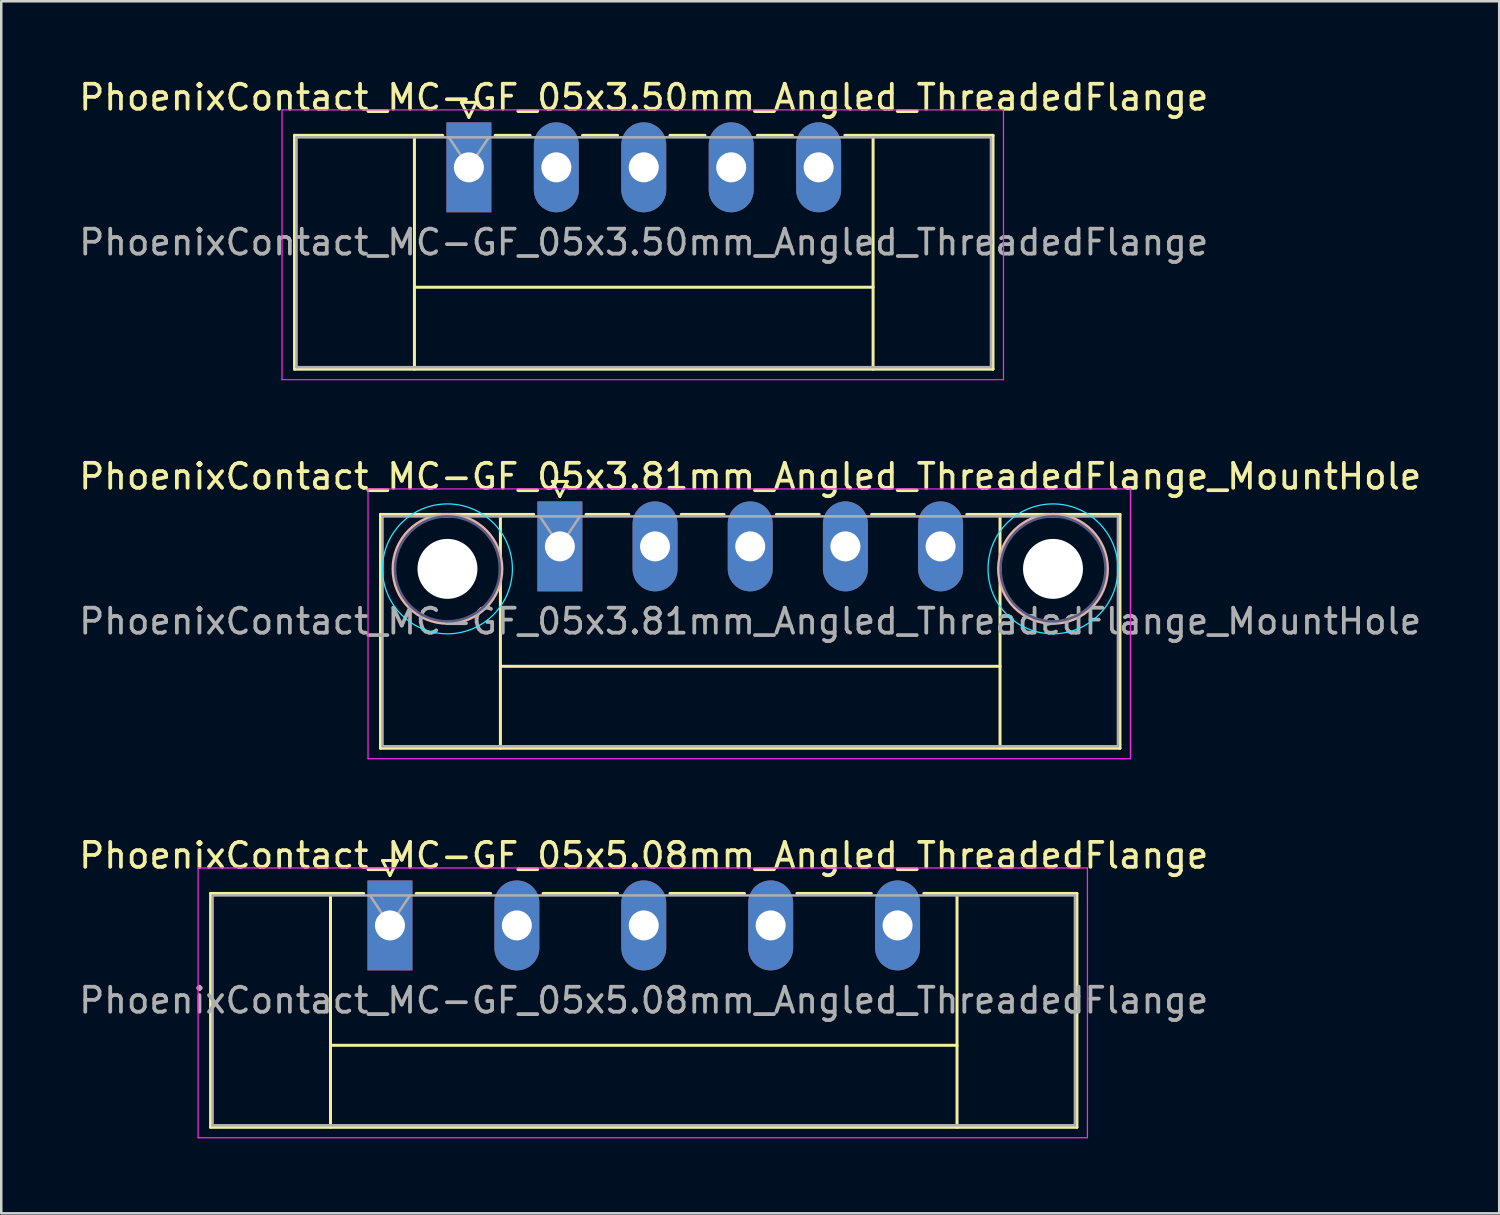
<source format=kicad_pcb>
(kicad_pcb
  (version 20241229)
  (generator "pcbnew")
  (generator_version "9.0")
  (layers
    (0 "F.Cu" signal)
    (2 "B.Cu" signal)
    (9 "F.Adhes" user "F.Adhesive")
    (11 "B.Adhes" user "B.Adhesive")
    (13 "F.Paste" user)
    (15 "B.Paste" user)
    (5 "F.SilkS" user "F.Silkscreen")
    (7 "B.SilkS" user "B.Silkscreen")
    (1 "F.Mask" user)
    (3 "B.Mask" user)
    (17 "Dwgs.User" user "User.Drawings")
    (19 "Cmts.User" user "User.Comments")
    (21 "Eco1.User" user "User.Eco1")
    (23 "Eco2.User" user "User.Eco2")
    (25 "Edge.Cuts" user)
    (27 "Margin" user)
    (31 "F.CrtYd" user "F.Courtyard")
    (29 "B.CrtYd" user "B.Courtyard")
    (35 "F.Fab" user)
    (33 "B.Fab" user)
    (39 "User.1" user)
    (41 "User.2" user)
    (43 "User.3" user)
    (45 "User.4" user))
  (footprint "PhoenixContact_MC-GF_05x3.50mm_Angled_ThreadedFlange"
    (layer "F.Cu")
    (at 15.72 3.648)
    (property "Reference" "PhoenixContact_MC-GF_05x3.50mm_Angled_ThreadedFlange" (at 7 -2.8 0) (layer "F.SilkS") (effects (font (size 1 1) (thickness 0.15))))
    (attr through_hole)
    (fp_line (start -6.98 -1.28) (end -6.98 8.08) (stroke (width 0.12) (type solid)) (layer "F.SilkS"))
    (fp_line (start -6.98 -1.28) (end -1.05 -1.28) (stroke (width 0.12) (type solid)) (layer "F.SilkS"))
    (fp_line (start -6.98 8.08) (end 20.98 8.08) (stroke (width 0.12) (type solid)) (layer "F.SilkS"))
    (fp_line (start -2.18 -1.28) (end -2.18 8.08) (stroke (width 0.12) (type solid)) (layer "F.SilkS"))
    (fp_line (start -2.18 4.8) (end 16.18 4.8) (stroke (width 0.12) (type solid)) (layer "F.SilkS"))
    (fp_line (start -0.3 -2.6) (end 0.3 -2.6) (stroke (width 0.12) (type solid)) (layer "F.SilkS"))
    (fp_line (start 0 -2) (end -0.3 -2.6) (stroke (width 0.12) (type solid)) (layer "F.SilkS"))
    (fp_line (start 0.3 -2.6) (end 0 -2) (stroke (width 0.12) (type solid)) (layer "F.SilkS"))
    (fp_line (start 1.05 -1.28) (end 2.45 -1.28) (stroke (width 0.12) (type solid)) (layer "F.SilkS"))
    (fp_line (start 4.55 -1.28) (end 5.95 -1.28) (stroke (width 0.12) (type solid)) (layer "F.SilkS"))
    (fp_line (start 8.05 -1.28) (end 9.45 -1.28) (stroke (width 0.12) (type solid)) (layer "F.SilkS"))
    (fp_line (start 11.55 -1.28) (end 12.95 -1.28) (stroke (width 0.12) (type solid)) (layer "F.SilkS"))
    (fp_line (start 16.18 -1.28) (end 16.18 8.08) (stroke (width 0.12) (type solid)) (layer "F.SilkS"))
    (fp_line (start 20.98 -1.28) (end 15.05 -1.28) (stroke (width 0.12) (type solid)) (layer "F.SilkS"))
    (fp_line (start 20.98 8.08) (end 20.98 -1.28) (stroke (width 0.12) (type solid)) (layer "F.SilkS"))
    (fp_line (start -7.48 -2.3) (end -7.48 8.5) (stroke (width 0.05) (type solid)) (layer "F.CrtYd"))
    (fp_line (start -7.48 8.5) (end 21.4 8.5) (stroke (width 0.05) (type solid)) (layer "F.CrtYd"))
    (fp_line (start 21.4 -2.3) (end -7.48 -2.3) (stroke (width 0.05) (type solid)) (layer "F.CrtYd"))
    (fp_line (start 21.4 8.5) (end 21.4 -2.3) (stroke (width 0.05) (type solid)) (layer "F.CrtYd"))
    (fp_line (start -6.9 -1.2) (end -6.9 8) (stroke (width 0.1) (type solid)) (layer "F.Fab"))
    (fp_line (start -6.9 8) (end 20.9 8) (stroke (width 0.1) (type solid)) (layer "F.Fab"))
    (fp_line (start 0 0) (end -0.8 -1.2) (stroke (width 0.1) (type solid)) (layer "F.Fab"))
    (fp_line (start 0.8 -1.2) (end 0 0) (stroke (width 0.1) (type solid)) (layer "F.Fab"))
    (fp_line (start 20.9 -1.2) (end -6.9 -1.2) (stroke (width 0.1) (type solid)) (layer "F.Fab"))
    (fp_line (start 20.9 8) (end 20.9 -1.2) (stroke (width 0.1) (type solid)) (layer "F.Fab"))
    (fp_text user "${REFERENCE}" (at 7 3 0) (layer "F.Fab") (effects (font (size 1 1) (thickness 0.15))))
    (pad "1" thru_hole rect (at 0 0) (size 1.8 3.6) (drill 1.2) (layers "*.Cu" "*.Mask"))
    (pad "2" thru_hole oval (at 3.5 0) (size 1.8 3.6) (drill 1.2) (layers "*.Cu" "*.Mask"))
    (pad "3" thru_hole oval (at 7 0) (size 1.8 3.6) (drill 1.2) (layers "*.Cu" "*.Mask"))
    (pad "4" thru_hole oval (at 10.5 0) (size 1.8 3.6) (drill 1.2) (layers "*.Cu" "*.Mask"))
    (pad "5" thru_hole oval (at 14 0) (size 1.8 3.6) (drill 1.2) (layers "*.Cu" "*.Mask")))
  (footprint "PhoenixContact_MC-GF_05x5.08mm_Angled_ThreadedFlange"
    (layer "F.Cu")
    (at 12.56 33.995)
    (property "Reference" "PhoenixContact_MC-GF_05x5.08mm_Angled_ThreadedFlange" (at 10.16 -2.8 0) (layer "F.SilkS") (effects (font (size 1 1) (thickness 0.15))))
    (attr through_hole)
    (fp_line (start -7.18 -1.28) (end -7.18 8.08) (stroke (width 0.12) (type solid)) (layer "F.SilkS"))
    (fp_line (start -7.18 -1.28) (end -1.05 -1.28) (stroke (width 0.12) (type solid)) (layer "F.SilkS"))
    (fp_line (start -7.18 8.08) (end 27.5 8.08) (stroke (width 0.12) (type solid)) (layer "F.SilkS"))
    (fp_line (start -2.38 -1.28) (end -2.38 8.08) (stroke (width 0.12) (type solid)) (layer "F.SilkS"))
    (fp_line (start -2.38 4.8) (end 22.7 4.8) (stroke (width 0.12) (type solid)) (layer "F.SilkS"))
    (fp_line (start -0.3 -2.6) (end 0.3 -2.6) (stroke (width 0.12) (type solid)) (layer "F.SilkS"))
    (fp_line (start 0 -2) (end -0.3 -2.6) (stroke (width 0.12) (type solid)) (layer "F.SilkS"))
    (fp_line (start 0.3 -2.6) (end 0 -2) (stroke (width 0.12) (type solid)) (layer "F.SilkS"))
    (fp_line (start 1.05 -1.28) (end 4.03 -1.28) (stroke (width 0.12) (type solid)) (layer "F.SilkS"))
    (fp_line (start 6.13 -1.28) (end 9.11 -1.28) (stroke (width 0.12) (type solid)) (layer "F.SilkS"))
    (fp_line (start 11.21 -1.28) (end 14.19 -1.28) (stroke (width 0.12) (type solid)) (layer "F.SilkS"))
    (fp_line (start 16.29 -1.28) (end 19.27 -1.28) (stroke (width 0.12) (type solid)) (layer "F.SilkS"))
    (fp_line (start 22.7 -1.28) (end 22.7 8.08) (stroke (width 0.12) (type solid)) (layer "F.SilkS"))
    (fp_line (start 27.5 -1.28) (end 21.37 -1.28) (stroke (width 0.12) (type solid)) (layer "F.SilkS"))
    (fp_line (start 27.5 8.08) (end 27.5 -1.28) (stroke (width 0.12) (type solid)) (layer "F.SilkS"))
    (fp_line (start -7.68 -2.3) (end -7.68 8.5) (stroke (width 0.05) (type solid)) (layer "F.CrtYd"))
    (fp_line (start -7.68 8.5) (end 27.92 8.5) (stroke (width 0.05) (type solid)) (layer "F.CrtYd"))
    (fp_line (start 27.92 -2.3) (end -7.68 -2.3) (stroke (width 0.05) (type solid)) (layer "F.CrtYd"))
    (fp_line (start 27.92 8.5) (end 27.92 -2.3) (stroke (width 0.05) (type solid)) (layer "F.CrtYd"))
    (fp_line (start -7.1 -1.2) (end -7.1 8) (stroke (width 0.1) (type solid)) (layer "F.Fab"))
    (fp_line (start -7.1 8) (end 27.42 8) (stroke (width 0.1) (type solid)) (layer "F.Fab"))
    (fp_line (start 0 0) (end -0.8 -1.2) (stroke (width 0.1) (type solid)) (layer "F.Fab"))
    (fp_line (start 0.8 -1.2) (end 0 0) (stroke (width 0.1) (type solid)) (layer "F.Fab"))
    (fp_line (start 27.42 -1.2) (end -7.1 -1.2) (stroke (width 0.1) (type solid)) (layer "F.Fab"))
    (fp_line (start 27.42 8) (end 27.42 -1.2) (stroke (width 0.1) (type solid)) (layer "F.Fab"))
    (fp_text user "${REFERENCE}" (at 10.16 3 0) (layer "F.Fab") (effects (font (size 1 1) (thickness 0.15))))
    (pad "1" thru_hole rect (at 0 0) (size 1.8 3.6) (drill 1.2) (layers "*.Cu" "*.Mask"))
    (pad "2" thru_hole oval (at 5.08 0) (size 1.8 3.6) (drill 1.2) (layers "*.Cu" "*.Mask"))
    (pad "3" thru_hole oval (at 10.16 0) (size 1.8 3.6) (drill 1.2) (layers "*.Cu" "*.Mask"))
    (pad "4" thru_hole oval (at 15.24 0) (size 1.8 3.6) (drill 1.2) (layers "*.Cu" "*.Mask"))
    (pad "5" thru_hole oval (at 20.32 0) (size 1.8 3.6) (drill 1.2) (layers "*.Cu" "*.Mask")))
  (footprint "PhoenixContact_MC-GF_05x3.81mm_Angled_ThreadedFlange_MountHole"
    (layer "F.Cu")
    (at 19.362 18.822)
    (property "Reference" "PhoenixContact_MC-GF_05x3.81mm_Angled_ThreadedFlange_MountHole" (at 7.62 -2.8 0) (layer "F.SilkS") (effects (font (size 1 1) (thickness 0.15))))
    (attr through_hole)
    (fp_line (start -7.18 -1.28) (end -7.18 8.08) (stroke (width 0.12) (type solid)) (layer "F.SilkS"))
    (fp_line (start -7.18 -1.28) (end -1.05 -1.28) (stroke (width 0.12) (type solid)) (layer "F.SilkS"))
    (fp_line (start -7.18 8.08) (end 22.42 8.08) (stroke (width 0.12) (type solid)) (layer "F.SilkS"))
    (fp_line (start -2.38 -1.28) (end -2.38 8.08) (stroke (width 0.12) (type solid)) (layer "F.SilkS"))
    (fp_line (start -2.38 4.8) (end 17.62 4.8) (stroke (width 0.12) (type solid)) (layer "F.SilkS"))
    (fp_line (start -0.3 -2.6) (end 0.3 -2.6) (stroke (width 0.12) (type solid)) (layer "F.SilkS"))
    (fp_line (start 0 -2) (end -0.3 -2.6) (stroke (width 0.12) (type solid)) (layer "F.SilkS"))
    (fp_line (start 0.3 -2.6) (end 0 -2) (stroke (width 0.12) (type solid)) (layer "F.SilkS"))
    (fp_line (start 1.05 -1.28) (end 2.76 -1.28) (stroke (width 0.12) (type solid)) (layer "F.SilkS"))
    (fp_line (start 4.86 -1.28) (end 6.57 -1.28) (stroke (width 0.12) (type solid)) (layer "F.SilkS"))
    (fp_line (start 8.67 -1.28) (end 10.38 -1.28) (stroke (width 0.12) (type solid)) (layer "F.SilkS"))
    (fp_line (start 12.48 -1.28) (end 14.19 -1.28) (stroke (width 0.12) (type solid)) (layer "F.SilkS"))
    (fp_line (start 17.62 -1.28) (end 17.62 8.08) (stroke (width 0.12) (type solid)) (layer "F.SilkS"))
    (fp_line (start 22.42 -1.28) (end 16.29 -1.28) (stroke (width 0.12) (type solid)) (layer "F.SilkS"))
    (fp_line (start 22.42 8.08) (end 22.42 -1.28) (stroke (width 0.12) (type solid)) (layer "F.SilkS"))
    (fp_circle (center -4.5 0.9) (end -2.32 0.9) (stroke (width 0.12) (type solid)) (fill no) (layer "B.SilkS"))
    (fp_circle (center 19.74 0.9) (end 21.92 0.9) (stroke (width 0.12) (type solid)) (fill no) (layer "B.SilkS"))
    (fp_circle (center -4.5 0.9) (end -1.9 0.9) (stroke (width 0.05) (type solid)) (fill no) (layer "B.CrtYd"))
    (fp_circle (center 19.74 0.9) (end 22.34 0.9) (stroke (width 0.05) (type solid)) (fill no) (layer "B.CrtYd"))
    (fp_line (start -7.68 -2.3) (end -7.68 8.5) (stroke (width 0.05) (type solid)) (layer "F.CrtYd"))
    (fp_line (start -7.68 8.5) (end 22.84 8.5) (stroke (width 0.05) (type solid)) (layer "F.CrtYd"))
    (fp_line (start 22.84 -2.3) (end -7.68 -2.3) (stroke (width 0.05) (type solid)) (layer "F.CrtYd"))
    (fp_line (start 22.84 8.5) (end 22.84 -2.3) (stroke (width 0.05) (type solid)) (layer "F.CrtYd"))
    (fp_circle (center -4.5 0.9) (end -2.4 0.9) (stroke (width 0.1) (type solid)) (fill no) (layer "B.Fab"))
    (fp_circle (center 19.74 0.9) (end 21.84 0.9) (stroke (width 0.1) (type solid)) (fill no) (layer "B.Fab"))
    (fp_line (start -7.1 -1.2) (end -7.1 8) (stroke (width 0.1) (type solid)) (layer "F.Fab"))
    (fp_line (start -7.1 8) (end 22.34 8) (stroke (width 0.1) (type solid)) (layer "F.Fab"))
    (fp_line (start 0 0) (end -0.8 -1.2) (stroke (width 0.1) (type solid)) (layer "F.Fab"))
    (fp_line (start 0.8 -1.2) (end 0 0) (stroke (width 0.1) (type solid)) (layer "F.Fab"))
    (fp_line (start 22.34 -1.2) (end -7.1 -1.2) (stroke (width 0.1) (type solid)) (layer "F.Fab"))
    (fp_line (start 22.34 8) (end 22.34 -1.2) (stroke (width 0.1) (type solid)) (layer "F.Fab"))
    (fp_text user "${REFERENCE}" (at 7.62 3 0) (layer "F.Fab") (effects (font (size 1 1) (thickness 0.15))))
    (pad "" np_thru_hole circle (at -4.5 0.9) (size 2.4 2.4) (drill 2.4) (layers "*.Cu" "*.Mask"))
    (pad "" np_thru_hole circle (at 19.74 0.9) (size 2.4 2.4) (drill 2.4) (layers "*.Cu" "*.Mask"))
    (pad "1" thru_hole rect (at 0 0) (size 1.8 3.6) (drill 1.2) (layers "*.Cu" "*.Mask"))
    (pad "2" thru_hole oval (at 3.81 0) (size 1.8 3.6) (drill 1.2) (layers "*.Cu" "*.Mask"))
    (pad "3" thru_hole oval (at 7.62 0) (size 1.8 3.6) (drill 1.2) (layers "*.Cu" "*.Mask"))
    (pad "4" thru_hole oval (at 11.43 0) (size 1.8 3.6) (drill 1.2) (layers "*.Cu" "*.Mask"))
    (pad "5" thru_hole oval (at 15.24 0) (size 1.8 3.6) (drill 1.2) (layers "*.Cu" "*.Mask")))
  (gr_rect
    (start -3 -3)
    (end 56.964 45.52)
    (stroke (width 0.1) (type default))
    (fill no)
    (layer "Edge.Cuts")))
</source>
